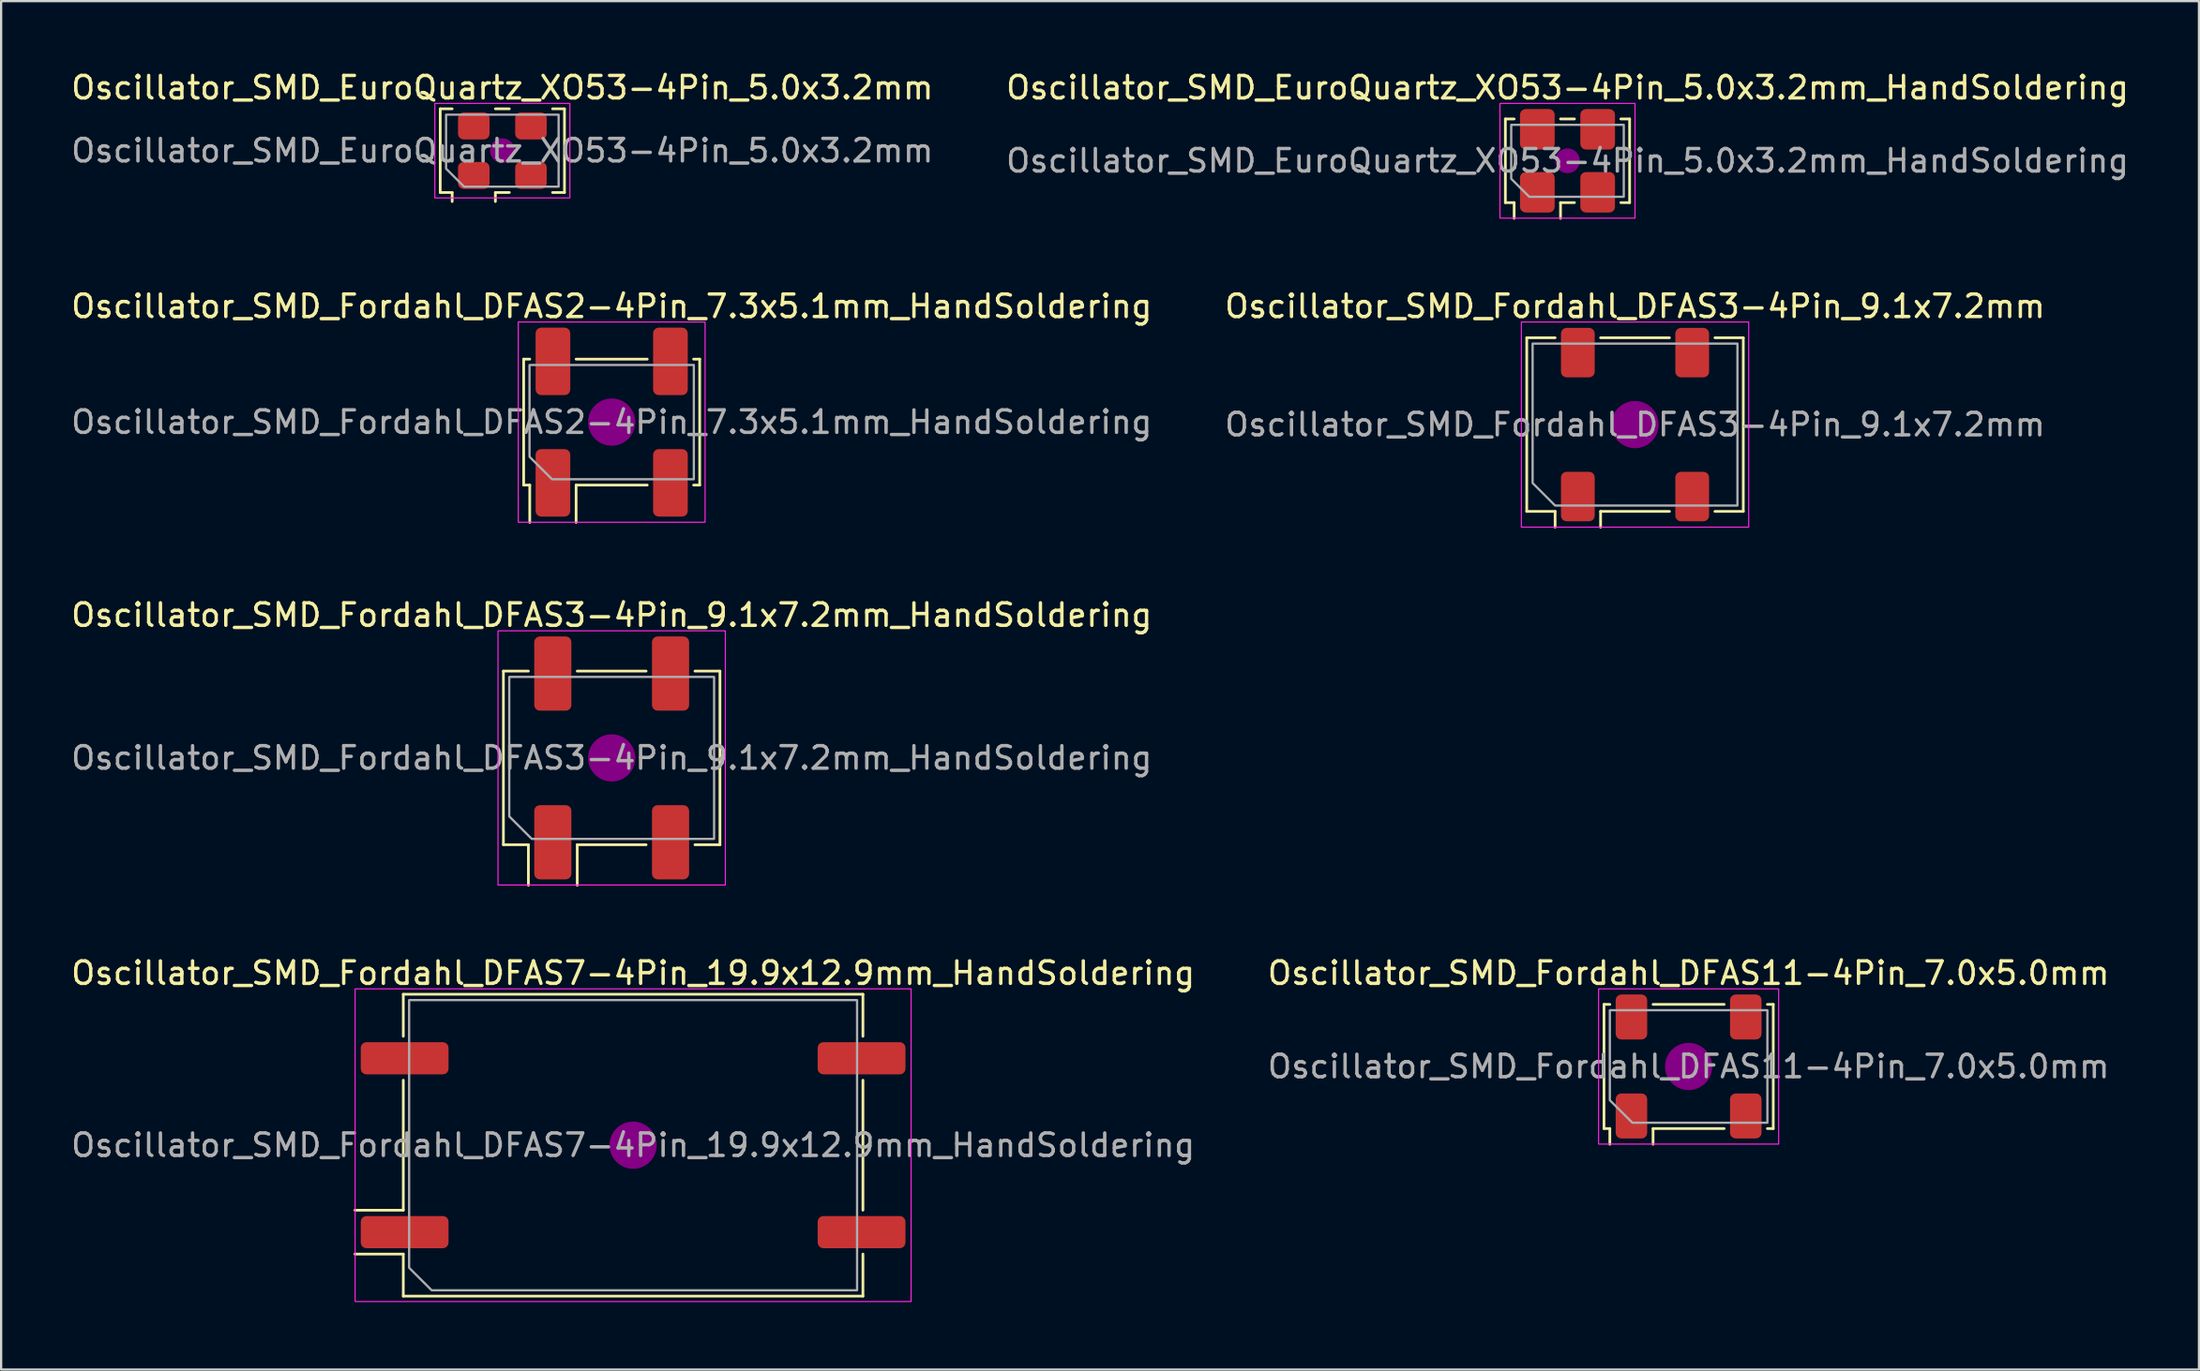
<source format=kicad_pcb>
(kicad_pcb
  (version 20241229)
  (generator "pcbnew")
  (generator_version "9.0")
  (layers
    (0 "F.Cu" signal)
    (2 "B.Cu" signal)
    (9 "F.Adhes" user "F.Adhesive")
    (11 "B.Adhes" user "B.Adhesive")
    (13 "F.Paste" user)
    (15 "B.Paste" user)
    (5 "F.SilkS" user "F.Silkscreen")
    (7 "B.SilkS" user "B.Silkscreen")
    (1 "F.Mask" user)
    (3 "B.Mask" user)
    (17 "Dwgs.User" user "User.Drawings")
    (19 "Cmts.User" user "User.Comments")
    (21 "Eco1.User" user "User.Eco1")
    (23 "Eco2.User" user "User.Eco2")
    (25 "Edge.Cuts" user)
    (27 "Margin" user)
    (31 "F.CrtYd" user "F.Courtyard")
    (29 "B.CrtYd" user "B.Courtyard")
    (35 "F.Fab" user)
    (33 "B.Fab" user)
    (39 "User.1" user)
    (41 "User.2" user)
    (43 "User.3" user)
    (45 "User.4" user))
  (footprint "Oscillator_SMD_Fordahl_DFAS11-4Pin_7.0x5.0mm"
    (layer "F.Cu")
    (at 71.97 44.363)
    (property "Reference" "Oscillator_SMD_Fordahl_DFAS11-4Pin_7.0x5.0mm" (at 0 -4.15 0) (layer "F.SilkS") (effects (font (size 1 1) (thickness 0.15))))
    (attr smd)
    (fp_line (start -3.76 -2.76) (end -3.5 -2.76) (stroke (width 0.12) (type solid)) (layer "F.SilkS"))
    (fp_line (start -3.76 2.76) (end -3.76 -2.76) (stroke (width 0.12) (type solid)) (layer "F.SilkS"))
    (fp_line (start -3.5 2.76) (end -3.76 2.76) (stroke (width 0.12) (type solid)) (layer "F.SilkS"))
    (fp_line (start -3.5 3.46) (end -3.5 2.76) (stroke (width 0.12) (type solid)) (layer "F.SilkS"))
    (fp_line (start -1.58 -2.76) (end 1.58 -2.76) (stroke (width 0.12) (type solid)) (layer "F.SilkS"))
    (fp_line (start -1.58 2.76) (end -1.58 3.46) (stroke (width 0.12) (type solid)) (layer "F.SilkS"))
    (fp_line (start 1.58 2.76) (end -1.58 2.76) (stroke (width 0.12) (type solid)) (layer "F.SilkS"))
    (fp_line (start 3.5 -2.76) (end 3.76 -2.76) (stroke (width 0.12) (type solid)) (layer "F.SilkS"))
    (fp_line (start 3.76 -2.76) (end 3.76 2.76) (stroke (width 0.12) (type solid)) (layer "F.SilkS"))
    (fp_line (start 3.76 2.76) (end 3.5 2.76) (stroke (width 0.12) (type solid)) (layer "F.SilkS"))
    (fp_circle (center 0 0) (end 1 0) (stroke (width 0.1) (type solid)) (fill yes) (layer "F.Adhes"))
    (fp_rect (start -4 -3.45) (end 4 3.45) (stroke (width 0.05) (type solid)) (fill no) (layer "F.CrtYd"))
    (fp_poly (pts (xy -3.5 -2.5) (xy -3.5 1.5) (xy -2.5 2.5) (xy 3.5 2.5) (xy 3.5 -2.5)) (stroke (width 0.1) (type solid)) (fill no) (layer "F.Fab"))
    (fp_text user "${REFERENCE}" (at 0 0 0) (layer "F.Fab") (effects (font (size 1 1) (thickness 0.15))))
    (pad "1" smd roundrect (at -2.54 2.2) (size 1.4 2) (layers "F.Cu" "F.Mask" "F.Paste") (roundrect_rratio 0.179))
    (pad "2" smd roundrect (at 2.54 2.2) (size 1.4 2) (layers "F.Cu" "F.Mask" "F.Paste") (roundrect_rratio 0.179))
    (pad "3" smd roundrect (at 2.54 -2.2) (size 1.4 2) (layers "F.Cu" "F.Mask" "F.Paste") (roundrect_rratio 0.179))
    (pad "4" smd roundrect (at -2.54 -2.2) (size 1.4 2) (layers "F.Cu" "F.Mask" "F.Paste") (roundrect_rratio 0.179)))
  (footprint "Oscillator_SMD_Fordahl_DFAS3-4Pin_9.1x7.2mm_HandSoldering"
    (layer "F.Cu")
    (at 24.125 30.645)
    (property "Reference" "Oscillator_SMD_Fordahl_DFAS3-4Pin_9.1x7.2mm_HandSoldering" (at 0 -6.35 0) (layer "F.SilkS") (effects (font (size 1 1) (thickness 0.15))))
    (attr smd)
    (fp_line (start -4.81 -3.86) (end -3.7 -3.86) (stroke (width 0.12) (type solid)) (layer "F.SilkS"))
    (fp_line (start -4.81 3.86) (end -4.81 -3.86) (stroke (width 0.12) (type solid)) (layer "F.SilkS"))
    (fp_line (start -3.7 3.86) (end -4.81 3.86) (stroke (width 0.12) (type solid)) (layer "F.SilkS"))
    (fp_line (start -3.7 5.66) (end -3.7 3.86) (stroke (width 0.12) (type solid)) (layer "F.SilkS"))
    (fp_line (start -1.53 -3.86) (end 1.53 -3.86) (stroke (width 0.12) (type solid)) (layer "F.SilkS"))
    (fp_line (start -1.53 3.86) (end -1.53 5.66) (stroke (width 0.12) (type solid)) (layer "F.SilkS"))
    (fp_line (start 1.53 3.86) (end -1.53 3.86) (stroke (width 0.12) (type solid)) (layer "F.SilkS"))
    (fp_line (start 3.7 -3.86) (end 4.81 -3.86) (stroke (width 0.12) (type solid)) (layer "F.SilkS"))
    (fp_line (start 4.81 -3.86) (end 4.81 3.86) (stroke (width 0.12) (type solid)) (layer "F.SilkS"))
    (fp_line (start 4.81 3.86) (end 3.7 3.86) (stroke (width 0.12) (type solid)) (layer "F.SilkS"))
    (fp_circle (center 0 0) (end 1 0) (stroke (width 0.1) (type solid)) (fill yes) (layer "F.Adhes"))
    (fp_rect (start -5.05 -5.65) (end 5.05 5.65) (stroke (width 0.05) (type solid)) (fill no) (layer "F.CrtYd"))
    (fp_poly (pts (xy -4.55 -3.6) (xy -4.55 2.6) (xy -3.55 3.6) (xy 4.55 3.6) (xy 4.55 -3.6)) (stroke (width 0.1) (type solid)) (fill no) (layer "F.Fab"))
    (fp_text user "${REFERENCE}" (at 0 0 0) (layer "F.Fab") (effects (font (size 1 1) (thickness 0.15))))
    (pad "1" smd roundrect (at -2.615 3.75) (size 1.65 3.3) (layers "F.Cu" "F.Mask" "F.Paste") (roundrect_rratio 0.152))
    (pad "2" smd roundrect (at 2.615 3.75) (size 1.65 3.3) (layers "F.Cu" "F.Mask" "F.Paste") (roundrect_rratio 0.152))
    (pad "3" smd roundrect (at 2.615 -3.75) (size 1.65 3.3) (layers "F.Cu" "F.Mask" "F.Paste") (roundrect_rratio 0.152))
    (pad "4" smd roundrect (at -2.615 -3.75) (size 1.65 3.3) (layers "F.Cu" "F.Mask" "F.Paste") (roundrect_rratio 0.152)))
  (footprint "Oscillator_SMD_Fordahl_DFAS2-4Pin_7.3x5.1mm_HandSoldering"
    (layer "F.Cu")
    (at 24.125 15.716)
    (property "Reference" "Oscillator_SMD_Fordahl_DFAS2-4Pin_7.3x5.1mm_HandSoldering" (at 0 -5.15 0) (layer "F.SilkS") (effects (font (size 1 1) (thickness 0.15))))
    (attr smd)
    (fp_line (start -3.91 -2.8) (end -3.64 -2.8) (stroke (width 0.12) (type solid)) (layer "F.SilkS"))
    (fp_line (start -3.91 2.8) (end -3.91 -2.8) (stroke (width 0.12) (type solid)) (layer "F.SilkS"))
    (fp_line (start -3.64 2.8) (end -3.91 2.8) (stroke (width 0.12) (type solid)) (layer "F.SilkS"))
    (fp_line (start -3.64 4.46) (end -3.64 2.8) (stroke (width 0.12) (type solid)) (layer "F.SilkS"))
    (fp_line (start -1.58 -2.8) (end 1.58 -2.8) (stroke (width 0.12) (type solid)) (layer "F.SilkS"))
    (fp_line (start -1.58 2.8) (end -1.58 4.46) (stroke (width 0.12) (type solid)) (layer "F.SilkS"))
    (fp_line (start 1.58 2.8) (end -1.58 2.8) (stroke (width 0.12) (type solid)) (layer "F.SilkS"))
    (fp_line (start 3.64 -2.8) (end 3.91 -2.8) (stroke (width 0.12) (type solid)) (layer "F.SilkS"))
    (fp_line (start 3.91 -2.8) (end 3.91 2.8) (stroke (width 0.12) (type solid)) (layer "F.SilkS"))
    (fp_line (start 3.91 2.8) (end 3.64 2.8) (stroke (width 0.12) (type solid)) (layer "F.SilkS"))
    (fp_circle (center 0 0) (end 1 0) (stroke (width 0.1) (type solid)) (fill yes) (layer "F.Adhes"))
    (fp_rect (start -4.15 -4.45) (end 4.15 4.45) (stroke (width 0.05) (type solid)) (fill no) (layer "F.CrtYd"))
    (fp_poly (pts (xy -3.65 -2.54) (xy -3.65 1.54) (xy -2.65 2.54) (xy 3.65 2.54) (xy 3.65 -2.54)) (stroke (width 0.1) (type solid)) (fill no) (layer "F.Fab"))
    (fp_text user "${REFERENCE}" (at 0 0 0) (layer "F.Fab") (effects (font (size 1 1) (thickness 0.15))))
    (pad "1" smd roundrect (at -2.61 2.7) (size 1.54 3) (layers "F.Cu" "F.Mask" "F.Paste") (roundrect_rratio 0.162))
    (pad "2" smd roundrect (at 2.61 2.7) (size 1.54 3) (layers "F.Cu" "F.Mask" "F.Paste") (roundrect_rratio 0.162))
    (pad "3" smd roundrect (at 2.61 -2.7) (size 1.54 3) (layers "F.Cu" "F.Mask" "F.Paste") (roundrect_rratio 0.162))
    (pad "4" smd roundrect (at -2.61 -2.7) (size 1.54 3) (layers "F.Cu" "F.Mask" "F.Paste") (roundrect_rratio 0.162)))
  (footprint "Oscillator_SMD_EuroQuartz_XO53-4Pin_5.0x3.2mm"
    (layer "F.Cu")
    (at 19.268 3.648)
    (property "Reference" "Oscillator_SMD_EuroQuartz_XO53-4Pin_5.0x3.2mm" (at 0 -2.8 0) (layer "F.SilkS") (effects (font (size 1 1) (thickness 0.15))))
    (attr smd)
    (fp_line (start -2.76 -1.86) (end -2.23 -1.86) (stroke (width 0.12) (type solid)) (layer "F.SilkS"))
    (fp_line (start -2.76 1.86) (end -2.76 -1.86) (stroke (width 0.12) (type solid)) (layer "F.SilkS"))
    (fp_line (start -2.23 1.86) (end -2.76 1.86) (stroke (width 0.12) (type solid)) (layer "F.SilkS"))
    (fp_line (start -2.23 2.26) (end -2.23 1.86) (stroke (width 0.12) (type solid)) (layer "F.SilkS"))
    (fp_line (start -0.31 -1.86) (end 0.31 -1.86) (stroke (width 0.12) (type solid)) (layer "F.SilkS"))
    (fp_line (start -0.31 1.86) (end -0.31 2.26) (stroke (width 0.12) (type solid)) (layer "F.SilkS"))
    (fp_line (start 0.31 1.86) (end -0.31 1.86) (stroke (width 0.12) (type solid)) (layer "F.SilkS"))
    (fp_line (start 2.23 -1.86) (end 2.76 -1.86) (stroke (width 0.12) (type solid)) (layer "F.SilkS"))
    (fp_line (start 2.76 -1.86) (end 2.76 1.86) (stroke (width 0.12) (type solid)) (layer "F.SilkS"))
    (fp_line (start 2.76 1.86) (end 2.23 1.86) (stroke (width 0.12) (type solid)) (layer "F.SilkS"))
    (fp_circle (center 0 0) (end 0.5 0) (stroke (width 0.1) (type solid)) (fill yes) (layer "F.Adhes"))
    (fp_rect (start -3 -2.1) (end 3 2.1) (stroke (width 0.05) (type solid)) (fill no) (layer "F.CrtYd"))
    (fp_poly (pts (xy -2.5 -1.6) (xy -2.5 0.8) (xy -1.7 1.6) (xy 2.5 1.6) (xy 2.5 -1.6)) (stroke (width 0.1) (type solid)) (fill no) (layer "F.Fab"))
    (fp_text user "${REFERENCE}" (at 0 0 0) (layer "F.Fab") (effects (font (size 1 1) (thickness 0.15))))
    (pad "1" smd roundrect (at -1.27 1.1) (size 1.4 1.2) (layers "F.Cu" "F.Mask" "F.Paste") (roundrect_rratio 0.208))
    (pad "2" smd roundrect (at 1.27 1.1) (size 1.4 1.2) (layers "F.Cu" "F.Mask" "F.Paste") (roundrect_rratio 0.208))
    (pad "3" smd roundrect (at 1.27 -1.1) (size 1.4 1.2) (layers "F.Cu" "F.Mask" "F.Paste") (roundrect_rratio 0.208))
    (pad "4" smd roundrect (at -1.27 -1.1) (size 1.4 1.2) (layers "F.Cu" "F.Mask" "F.Paste") (roundrect_rratio 0.208)))
  (footprint "Oscillator_SMD_Fordahl_DFAS3-4Pin_9.1x7.2mm"
    (layer "F.Cu")
    (at 69.589 15.826)
    (property "Reference" "Oscillator_SMD_Fordahl_DFAS3-4Pin_9.1x7.2mm" (at 0 -5.26 0) (layer "F.SilkS") (effects (font (size 1 1) (thickness 0.15))))
    (attr smd)
    (fp_line (start -4.81 -3.86) (end -3.55 -3.86) (stroke (width 0.12) (type solid)) (layer "F.SilkS"))
    (fp_line (start -4.81 3.86) (end -4.81 -3.86) (stroke (width 0.12) (type solid)) (layer "F.SilkS"))
    (fp_line (start -3.55 3.86) (end -4.81 3.86) (stroke (width 0.12) (type solid)) (layer "F.SilkS"))
    (fp_line (start -3.55 4.56) (end -3.55 3.86) (stroke (width 0.12) (type solid)) (layer "F.SilkS"))
    (fp_line (start -1.53 -3.86) (end 1.53 -3.86) (stroke (width 0.12) (type solid)) (layer "F.SilkS"))
    (fp_line (start -1.53 3.86) (end -1.53 4.56) (stroke (width 0.12) (type solid)) (layer "F.SilkS"))
    (fp_line (start 1.53 3.86) (end -1.53 3.86) (stroke (width 0.12) (type solid)) (layer "F.SilkS"))
    (fp_line (start 3.55 -3.86) (end 4.81 -3.86) (stroke (width 0.12) (type solid)) (layer "F.SilkS"))
    (fp_line (start 4.81 -3.86) (end 4.81 3.86) (stroke (width 0.12) (type solid)) (layer "F.SilkS"))
    (fp_line (start 4.81 3.86) (end 3.55 3.86) (stroke (width 0.12) (type solid)) (layer "F.SilkS"))
    (fp_circle (center 0 0) (end 1 0) (stroke (width 0.1) (type solid)) (fill yes) (layer "F.Adhes"))
    (fp_rect (start -5.05 -4.56) (end 5.05 4.56) (stroke (width 0.05) (type solid)) (fill no) (layer "F.CrtYd"))
    (fp_poly (pts (xy -4.55 -3.6) (xy -4.55 2.6) (xy -3.55 3.6) (xy 4.55 3.6) (xy 4.55 -3.6)) (stroke (width 0.1) (type solid)) (fill no) (layer "F.Fab"))
    (fp_text user "${REFERENCE}" (at 0 0 0) (layer "F.Fab") (effects (font (size 1 1) (thickness 0.15))))
    (pad "1" smd roundrect (at -2.54 3.2) (size 1.5 2.2) (layers "F.Cu" "F.Mask" "F.Paste") (roundrect_rratio 0.167))
    (pad "2" smd roundrect (at 2.54 3.2) (size 1.5 2.2) (layers "F.Cu" "F.Mask" "F.Paste") (roundrect_rratio 0.167))
    (pad "3" smd roundrect (at 2.54 -3.2) (size 1.5 2.2) (layers "F.Cu" "F.Mask" "F.Paste") (roundrect_rratio 0.167))
    (pad "4" smd roundrect (at -2.54 -3.2) (size 1.5 2.2) (layers "F.Cu" "F.Mask" "F.Paste") (roundrect_rratio 0.167)))
  (footprint "Oscillator_SMD_Fordahl_DFAS7-4Pin_19.9x12.9mm_HandSoldering"
    (layer "F.Cu")
    (at 25.077 47.863)
    (property "Reference" "Oscillator_SMD_Fordahl_DFAS7-4Pin_19.9x12.9mm_HandSoldering" (at 0 -7.65 0) (layer "F.SilkS") (effects (font (size 1 1) (thickness 0.15))))
    (attr smd)
    (fp_line (start -12.36 2.89) (end -10.21 2.89) (stroke (width 0.12) (type solid)) (layer "F.SilkS"))
    (fp_line (start -12.36 4.84) (end -10.21 4.84) (stroke (width 0.12) (type solid)) (layer "F.SilkS"))
    (fp_line (start -10.21 -6.71) (end 10.21 -6.71) (stroke (width 0.12) (type solid)) (layer "F.SilkS"))
    (fp_line (start -10.21 -4.84) (end -10.21 -6.71) (stroke (width 0.12) (type solid)) (layer "F.SilkS"))
    (fp_line (start -10.21 2.89) (end -10.21 -2.89) (stroke (width 0.12) (type solid)) (layer "F.SilkS"))
    (fp_line (start -10.21 4.84) (end -10.21 6.71) (stroke (width 0.12) (type solid)) (layer "F.SilkS"))
    (fp_line (start -10.21 6.71) (end 10.21 6.71) (stroke (width 0.12) (type solid)) (layer "F.SilkS"))
    (fp_line (start 10.21 -6.71) (end 10.21 -4.84) (stroke (width 0.12) (type solid)) (layer "F.SilkS"))
    (fp_line (start 10.21 -2.89) (end 10.21 2.89) (stroke (width 0.12) (type solid)) (layer "F.SilkS"))
    (fp_line (start 10.21 6.71) (end 10.21 4.84) (stroke (width 0.12) (type solid)) (layer "F.SilkS"))
    (fp_circle (center 0 0) (end 1 0) (stroke (width 0.1) (type solid)) (fill yes) (layer "F.Adhes"))
    (fp_rect (start -12.35 -6.95) (end 12.35 6.95) (stroke (width 0.05) (type solid)) (fill no) (layer "F.CrtYd"))
    (fp_poly (pts (xy -9.95 -6.45) (xy -9.95 5.45) (xy -8.95 6.45) (xy 9.95 6.45) (xy 9.95 -6.45)) (stroke (width 0.1) (type solid)) (fill no) (layer "F.Fab"))
    (fp_text user "${REFERENCE}" (at 0 0 0) (layer "F.Fab") (effects (font (size 1 1) (thickness 0.15))))
    (pad "1" smd roundrect (at -10.15 3.865) (size 3.9 1.43) (layers "F.Cu" "F.Mask" "F.Paste") (roundrect_rratio 0.175))
    (pad "2" smd roundrect (at 10.15 3.865) (size 3.9 1.43) (layers "F.Cu" "F.Mask" "F.Paste") (roundrect_rratio 0.175))
    (pad "3" smd roundrect (at 10.15 -3.865) (size 3.9 1.43) (layers "F.Cu" "F.Mask" "F.Paste") (roundrect_rratio 0.175))
    (pad "4" smd roundrect (at -10.15 -3.865) (size 3.9 1.43) (layers "F.Cu" "F.Mask" "F.Paste") (roundrect_rratio 0.175)))
  (footprint "Oscillator_SMD_EuroQuartz_XO53-4Pin_5.0x3.2mm_HandSoldering"
    (layer "F.Cu")
    (at 66.589 4.098)
    (property "Reference" "Oscillator_SMD_EuroQuartz_XO53-4Pin_5.0x3.2mm_HandSoldering" (at 0 -3.25 0) (layer "F.SilkS") (effects (font (size 1 1) (thickness 0.15))))
    (attr smd)
    (fp_line (start -2.76 -1.86) (end -2.37 -1.86) (stroke (width 0.12) (type solid)) (layer "F.SilkS"))
    (fp_line (start -2.76 1.86) (end -2.76 -1.86) (stroke (width 0.12) (type solid)) (layer "F.SilkS"))
    (fp_line (start -2.37 1.86) (end -2.76 1.86) (stroke (width 0.12) (type solid)) (layer "F.SilkS"))
    (fp_line (start -2.37 2.56) (end -2.37 1.86) (stroke (width 0.12) (type solid)) (layer "F.SilkS"))
    (fp_line (start -0.31 -1.86) (end 0.31 -1.86) (stroke (width 0.12) (type solid)) (layer "F.SilkS"))
    (fp_line (start -0.31 1.86) (end -0.31 2.56) (stroke (width 0.12) (type solid)) (layer "F.SilkS"))
    (fp_line (start 0.31 1.86) (end -0.31 1.86) (stroke (width 0.12) (type solid)) (layer "F.SilkS"))
    (fp_line (start 2.37 -1.86) (end 2.76 -1.86) (stroke (width 0.12) (type solid)) (layer "F.SilkS"))
    (fp_line (start 2.76 -1.86) (end 2.76 1.86) (stroke (width 0.12) (type solid)) (layer "F.SilkS"))
    (fp_line (start 2.76 1.86) (end 2.37 1.86) (stroke (width 0.12) (type solid)) (layer "F.SilkS"))
    (fp_circle (center 0 0) (end 0.5 0) (stroke (width 0.1) (type solid)) (fill yes) (layer "F.Adhes"))
    (fp_rect (start -3 -2.55) (end 3 2.55) (stroke (width 0.05) (type solid)) (fill no) (layer "F.CrtYd"))
    (fp_poly (pts (xy -2.5 -1.6) (xy -2.5 0.8) (xy -1.7 1.6) (xy 2.5 1.6) (xy 2.5 -1.6)) (stroke (width 0.1) (type solid)) (fill no) (layer "F.Fab"))
    (fp_text user "${REFERENCE}" (at 0 0 0) (layer "F.Fab") (effects (font (size 1 1) (thickness 0.15))))
    (pad "1" smd roundrect (at -1.34 1.4) (size 1.54 1.8) (layers "F.Cu" "F.Mask" "F.Paste") (roundrect_rratio 0.162))
    (pad "2" smd roundrect (at 1.34 1.4) (size 1.54 1.8) (layers "F.Cu" "F.Mask" "F.Paste") (roundrect_rratio 0.162))
    (pad "3" smd roundrect (at 1.34 -1.4) (size 1.54 1.8) (layers "F.Cu" "F.Mask" "F.Paste") (roundrect_rratio 0.162))
    (pad "4" smd roundrect (at -1.34 -1.4) (size 1.54 1.8) (layers "F.Cu" "F.Mask" "F.Paste") (roundrect_rratio 0.162)))
  (gr_rect
    (start -3 -3)
    (end 94.643 57.838)
    (stroke (width 0.1) (type default))
    (fill no)
    (layer "Edge.Cuts")))
</source>
